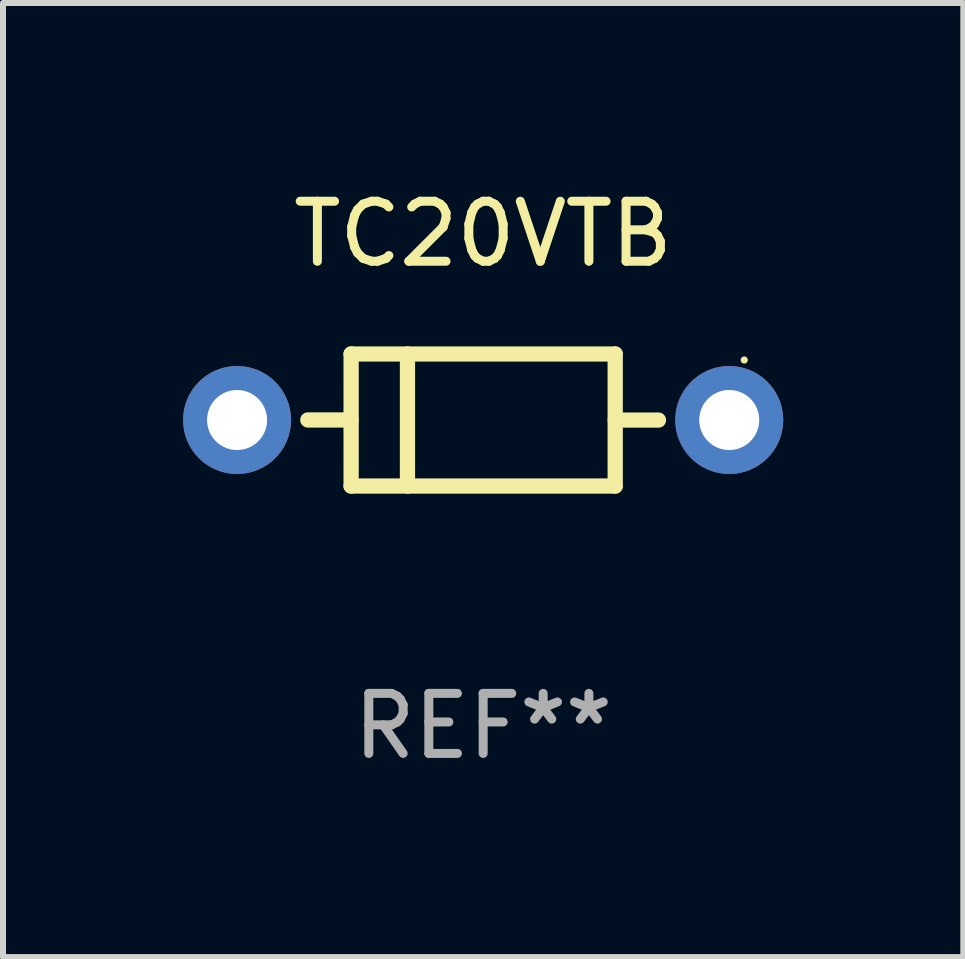
<source format=kicad_pcb>
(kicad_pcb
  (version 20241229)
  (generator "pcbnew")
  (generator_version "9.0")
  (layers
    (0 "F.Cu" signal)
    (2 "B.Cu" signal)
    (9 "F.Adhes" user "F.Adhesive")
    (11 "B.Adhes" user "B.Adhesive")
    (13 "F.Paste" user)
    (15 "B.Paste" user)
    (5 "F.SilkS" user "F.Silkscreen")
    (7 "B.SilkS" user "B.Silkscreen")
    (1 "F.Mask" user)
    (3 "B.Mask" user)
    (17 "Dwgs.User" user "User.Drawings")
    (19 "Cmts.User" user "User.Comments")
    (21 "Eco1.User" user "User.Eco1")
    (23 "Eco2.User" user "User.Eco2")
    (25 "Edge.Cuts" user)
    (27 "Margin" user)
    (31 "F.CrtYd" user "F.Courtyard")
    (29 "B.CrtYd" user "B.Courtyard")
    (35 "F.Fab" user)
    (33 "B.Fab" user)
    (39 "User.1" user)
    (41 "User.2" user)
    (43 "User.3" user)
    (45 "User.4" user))
  (footprint "TC20VTB"
    (layer "F.Cu")
    (at 5 3.948)
    (property "Reference" "TC20VTB" (at 0 -3.1 0) (layer "F.SilkS") (effects (font (size 1 1) (thickness 0.15))))
    (attr through_hole)
    (fp_line (start -2.2 -1.1) (end -2.2 1.1) (stroke (width 0.254) (type solid)) (layer "F.SilkS"))
    (fp_line (start -2.2 -1.1) (end 2.2 -1.1) (stroke (width 0.254) (type solid)) (layer "F.SilkS"))
    (fp_line (start -2.2 -0.001) (end -2.921 -0.001) (stroke (width 0.254) (type solid)) (layer "F.SilkS"))
    (fp_line (start -2.2 1.1) (end 2.2 1.1) (stroke (width 0.254) (type solid)) (layer "F.SilkS"))
    (fp_line (start -1.261 -1.1) (end -1.261 1.1) (stroke (width 0.254) (type solid)) (layer "F.SilkS"))
    (fp_line (start 2.2 -1.1) (end 2.2 1.1) (stroke (width 0.254) (type solid)) (layer "F.SilkS"))
    (fp_line (start 2.2 0.001) (end 2.921 0.001) (stroke (width 0.254) (type solid)) (layer "F.SilkS"))
    (fp_circle (center 4.35 -1) (end 4.38 -1) (stroke (width 0.06) (type solid)) (fill no) (layer "F.SilkS"))
    (fp_text user "REF**" (at 0 5.1 0) (layer "F.Fab") (effects (font (size 1 1) (thickness 0.15))))
    (pad "1" thru_hole circle (at 4.1 0) (size 1.8 1.8) (drill 1) (layers "*.Cu" "*.Mask"))
    (pad "2" thru_hole circle (at -4.1 0) (size 1.8 1.8) (drill 1) (layers "*.Cu" "*.Mask")))
  (gr_rect
    (start -3 -3)
    (end 13 12.896)
    (stroke (width 0.1) (type default))
    (fill no)
    (layer "Edge.Cuts")))
</source>
